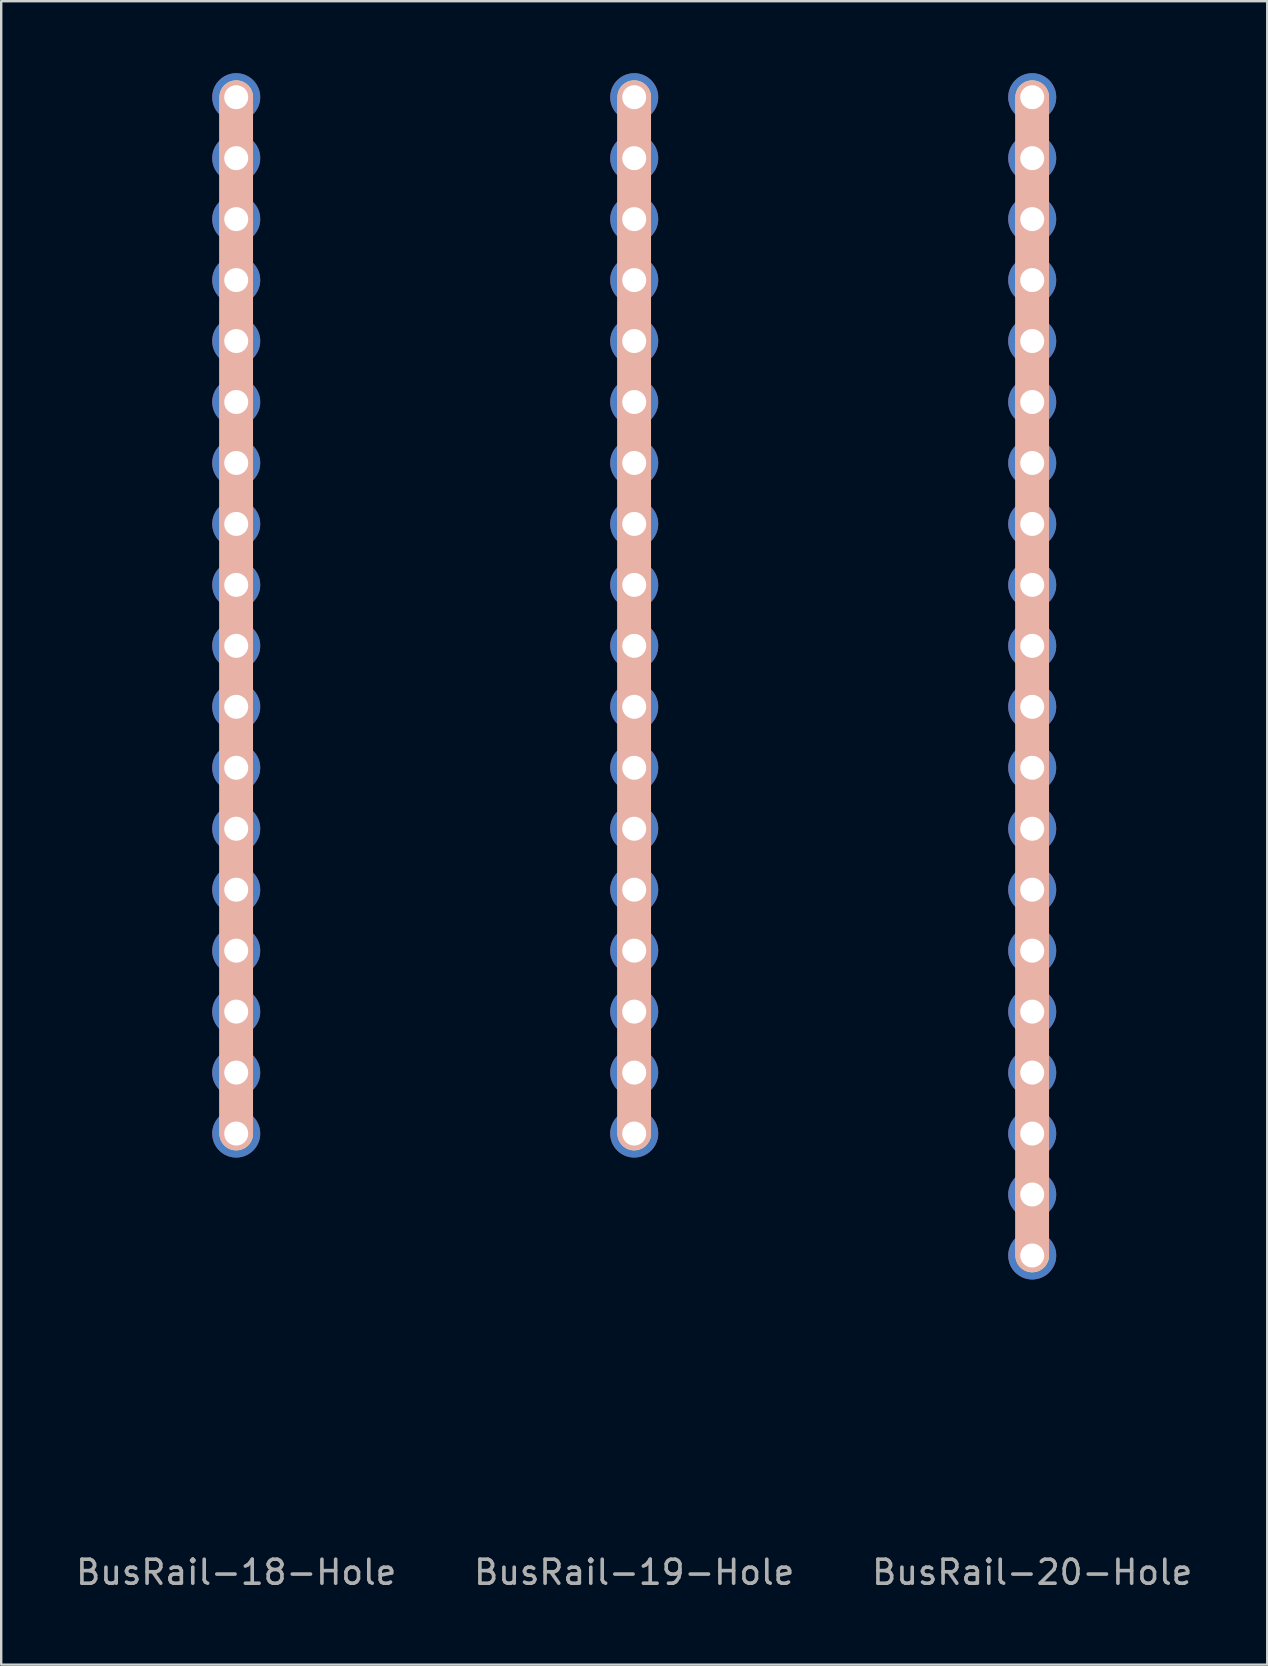
<source format=kicad_pcb>
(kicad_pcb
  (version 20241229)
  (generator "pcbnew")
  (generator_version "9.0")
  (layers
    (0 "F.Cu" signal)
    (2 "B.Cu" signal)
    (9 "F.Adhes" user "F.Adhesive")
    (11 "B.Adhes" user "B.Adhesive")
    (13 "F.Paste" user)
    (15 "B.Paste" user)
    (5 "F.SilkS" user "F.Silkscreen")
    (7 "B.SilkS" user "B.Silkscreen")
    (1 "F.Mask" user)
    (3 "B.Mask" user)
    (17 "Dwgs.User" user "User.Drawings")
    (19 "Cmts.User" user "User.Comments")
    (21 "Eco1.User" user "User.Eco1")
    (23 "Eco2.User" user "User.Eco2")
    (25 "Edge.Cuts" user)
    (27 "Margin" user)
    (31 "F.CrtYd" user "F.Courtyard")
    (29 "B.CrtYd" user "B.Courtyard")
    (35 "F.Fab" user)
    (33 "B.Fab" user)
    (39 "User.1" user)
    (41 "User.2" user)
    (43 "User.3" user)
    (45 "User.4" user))
  (footprint "BusRail-20-Hole"
    (layer "F.Cu")
    (at 39.958 1)
    (property "Reference" "BusRail-20-Hole" (at 0 61.46 0) (layer "F.Fab") (effects (font (size 1 1) (thickness 0.15))))
    (attr through_hole)
    (fp_line (start 0 0) (end 0 48.26) (stroke (width 1.4) (type solid)) (layer "F.SilkS"))
    (fp_line (start 0 0) (end 0 48.26) (stroke (width 1.4) (type solid)) (layer "B.SilkS"))
    (pad "1" thru_hole circle (at 0 0) (size 2 2) (drill 1) (layers "*.Cu" "*.Mask"))
    (pad "1" thru_hole circle (at 0 2.54) (size 2 2) (drill 1) (layers "*.Cu" "*.Mask"))
    (pad "1" thru_hole circle (at 0 5.08) (size 2 2) (drill 1) (layers "*.Cu" "*.Mask"))
    (pad "1" thru_hole circle (at 0 7.62) (size 2 2) (drill 1) (layers "*.Cu" "*.Mask"))
    (pad "1" thru_hole circle (at 0 10.16) (size 2 2) (drill 1) (layers "*.Cu" "*.Mask"))
    (pad "1" thru_hole circle (at 0 12.7) (size 2 2) (drill 1) (layers "*.Cu" "*.Mask"))
    (pad "1" thru_hole circle (at 0 15.24) (size 2 2) (drill 1) (layers "*.Cu" "*.Mask"))
    (pad "1" thru_hole circle (at 0 17.78) (size 2 2) (drill 1) (layers "*.Cu" "*.Mask"))
    (pad "1" thru_hole circle (at 0 20.32) (size 2 2) (drill 1) (layers "*.Cu" "*.Mask"))
    (pad "1" thru_hole circle (at 0 22.86) (size 2 2) (drill 1) (layers "*.Cu" "*.Mask"))
    (pad "1" thru_hole circle (at 0 25.4) (size 2 2) (drill 1) (layers "*.Cu" "*.Mask"))
    (pad "1" thru_hole circle (at 0 27.94) (size 2 2) (drill 1) (layers "*.Cu" "*.Mask"))
    (pad "1" thru_hole circle (at 0 30.48) (size 2 2) (drill 1) (layers "*.Cu" "*.Mask"))
    (pad "1" thru_hole circle (at 0 33.02) (size 2 2) (drill 1) (layers "*.Cu" "*.Mask"))
    (pad "1" thru_hole circle (at 0 35.56) (size 2 2) (drill 1) (layers "*.Cu" "*.Mask"))
    (pad "1" thru_hole circle (at 0 38.1) (size 2 2) (drill 1) (layers "*.Cu" "*.Mask"))
    (pad "1" thru_hole circle (at 0 40.64) (size 2 2) (drill 1) (layers "*.Cu" "*.Mask"))
    (pad "1" thru_hole circle (at 0 43.18) (size 2 2) (drill 1) (layers "*.Cu" "*.Mask"))
    (pad "1" thru_hole circle (at 0 45.72) (size 2 2) (drill 1) (layers "*.Cu" "*.Mask"))
    (pad "1" thru_hole circle (at 0 48.26) (size 2 2) (drill 1) (layers "*.Cu" "*.Mask"))
    (pad "2" smd rect (at 0 24.13) (size 1 48.26) (layers "B.Cu")))
  (footprint "BusRail-18-Hole"
    (layer "F.Cu")
    (at 6.792 1)
    (property "Reference" "BusRail-18-Hole" (at 0 61.46 0) (layer "F.Fab") (effects (font (size 1 1) (thickness 0.15))))
    (attr through_hole)
    (fp_line (start 0 0) (end 0 43.18) (stroke (width 1.4) (type solid)) (layer "F.SilkS"))
    (fp_line (start 0 0) (end 0 43.18) (stroke (width 1.4) (type solid)) (layer "B.SilkS"))
    (pad "1" thru_hole circle (at 0 0) (size 2 2) (drill 1) (layers "*.Cu" "*.Mask"))
    (pad "1" thru_hole circle (at 0 2.54) (size 2 2) (drill 1) (layers "*.Cu" "*.Mask"))
    (pad "1" thru_hole circle (at 0 5.08) (size 2 2) (drill 1) (layers "*.Cu" "*.Mask"))
    (pad "1" thru_hole circle (at 0 7.62) (size 2 2) (drill 1) (layers "*.Cu" "*.Mask"))
    (pad "1" thru_hole circle (at 0 10.16) (size 2 2) (drill 1) (layers "*.Cu" "*.Mask"))
    (pad "1" thru_hole circle (at 0 12.7) (size 2 2) (drill 1) (layers "*.Cu" "*.Mask"))
    (pad "1" thru_hole circle (at 0 15.24) (size 2 2) (drill 1) (layers "*.Cu" "*.Mask"))
    (pad "1" thru_hole circle (at 0 17.78) (size 2 2) (drill 1) (layers "*.Cu" "*.Mask"))
    (pad "1" thru_hole circle (at 0 20.32) (size 2 2) (drill 1) (layers "*.Cu" "*.Mask"))
    (pad "1" thru_hole circle (at 0 22.86) (size 2 2) (drill 1) (layers "*.Cu" "*.Mask"))
    (pad "1" thru_hole circle (at 0 25.4) (size 2 2) (drill 1) (layers "*.Cu" "*.Mask"))
    (pad "1" thru_hole circle (at 0 27.94) (size 2 2) (drill 1) (layers "*.Cu" "*.Mask"))
    (pad "1" thru_hole circle (at 0 30.48) (size 2 2) (drill 1) (layers "*.Cu" "*.Mask"))
    (pad "1" thru_hole circle (at 0 33.02) (size 2 2) (drill 1) (layers "*.Cu" "*.Mask"))
    (pad "1" thru_hole circle (at 0 35.56) (size 2 2) (drill 1) (layers "*.Cu" "*.Mask"))
    (pad "1" thru_hole circle (at 0 38.1) (size 2 2) (drill 1) (layers "*.Cu" "*.Mask"))
    (pad "1" thru_hole circle (at 0 40.64) (size 2 2) (drill 1) (layers "*.Cu" "*.Mask"))
    (pad "1" thru_hole circle (at 0 43.18) (size 2 2) (drill 1) (layers "*.Cu" "*.Mask"))
    (pad "2" smd rect (at 0 21.59) (size 1 43.18) (layers "B.Cu")))
  (footprint "BusRail-19-Hole"
    (layer "F.Cu")
    (at 23.375 1)
    (property "Reference" "BusRail-19-Hole" (at 0 61.46 0) (layer "F.Fab") (effects (font (size 1 1) (thickness 0.15))))
    (attr through_hole)
    (fp_line (start 0 0) (end 0 43.18) (stroke (width 1.4) (type solid)) (layer "F.SilkS"))
    (fp_line (start 0 0) (end 0 43.18) (stroke (width 1.4) (type solid)) (layer "B.SilkS"))
    (pad "1" thru_hole circle (at 0 0) (size 2 2) (drill 1) (layers "*.Cu" "*.Mask"))
    (pad "1" thru_hole circle (at 0 2.54) (size 2 2) (drill 1) (layers "*.Cu" "*.Mask"))
    (pad "1" thru_hole circle (at 0 5.08) (size 2 2) (drill 1) (layers "*.Cu" "*.Mask"))
    (pad "1" thru_hole circle (at 0 7.62) (size 2 2) (drill 1) (layers "*.Cu" "*.Mask"))
    (pad "1" thru_hole circle (at 0 10.16) (size 2 2) (drill 1) (layers "*.Cu" "*.Mask"))
    (pad "1" thru_hole circle (at 0 12.7) (size 2 2) (drill 1) (layers "*.Cu" "*.Mask"))
    (pad "1" thru_hole circle (at 0 15.24) (size 2 2) (drill 1) (layers "*.Cu" "*.Mask"))
    (pad "1" thru_hole circle (at 0 17.78) (size 2 2) (drill 1) (layers "*.Cu" "*.Mask"))
    (pad "1" thru_hole circle (at 0 20.32) (size 2 2) (drill 1) (layers "*.Cu" "*.Mask"))
    (pad "1" thru_hole circle (at 0 22.86) (size 2 2) (drill 1) (layers "*.Cu" "*.Mask"))
    (pad "1" thru_hole circle (at 0 25.4) (size 2 2) (drill 1) (layers "*.Cu" "*.Mask"))
    (pad "1" thru_hole circle (at 0 27.94) (size 2 2) (drill 1) (layers "*.Cu" "*.Mask"))
    (pad "1" thru_hole circle (at 0 30.48) (size 2 2) (drill 1) (layers "*.Cu" "*.Mask"))
    (pad "1" thru_hole circle (at 0 33.02) (size 2 2) (drill 1) (layers "*.Cu" "*.Mask"))
    (pad "1" thru_hole circle (at 0 35.56) (size 2 2) (drill 1) (layers "*.Cu" "*.Mask"))
    (pad "1" thru_hole circle (at 0 38.1) (size 2 2) (drill 1) (layers "*.Cu" "*.Mask"))
    (pad "1" thru_hole circle (at 0 40.64) (size 2 2) (drill 1) (layers "*.Cu" "*.Mask"))
    (pad "1" thru_hole circle (at 0 43.18) (size 2 2) (drill 1) (layers "*.Cu" "*.Mask"))
    (pad "2" smd rect (at 0 21.59) (size 1 43.18) (layers "B.Cu")))
  (gr_rect
    (start -3 -3)
    (end 49.75 66.308)
    (stroke (width 0.1) (type default))
    (fill no)
    (layer "Edge.Cuts")))
</source>
